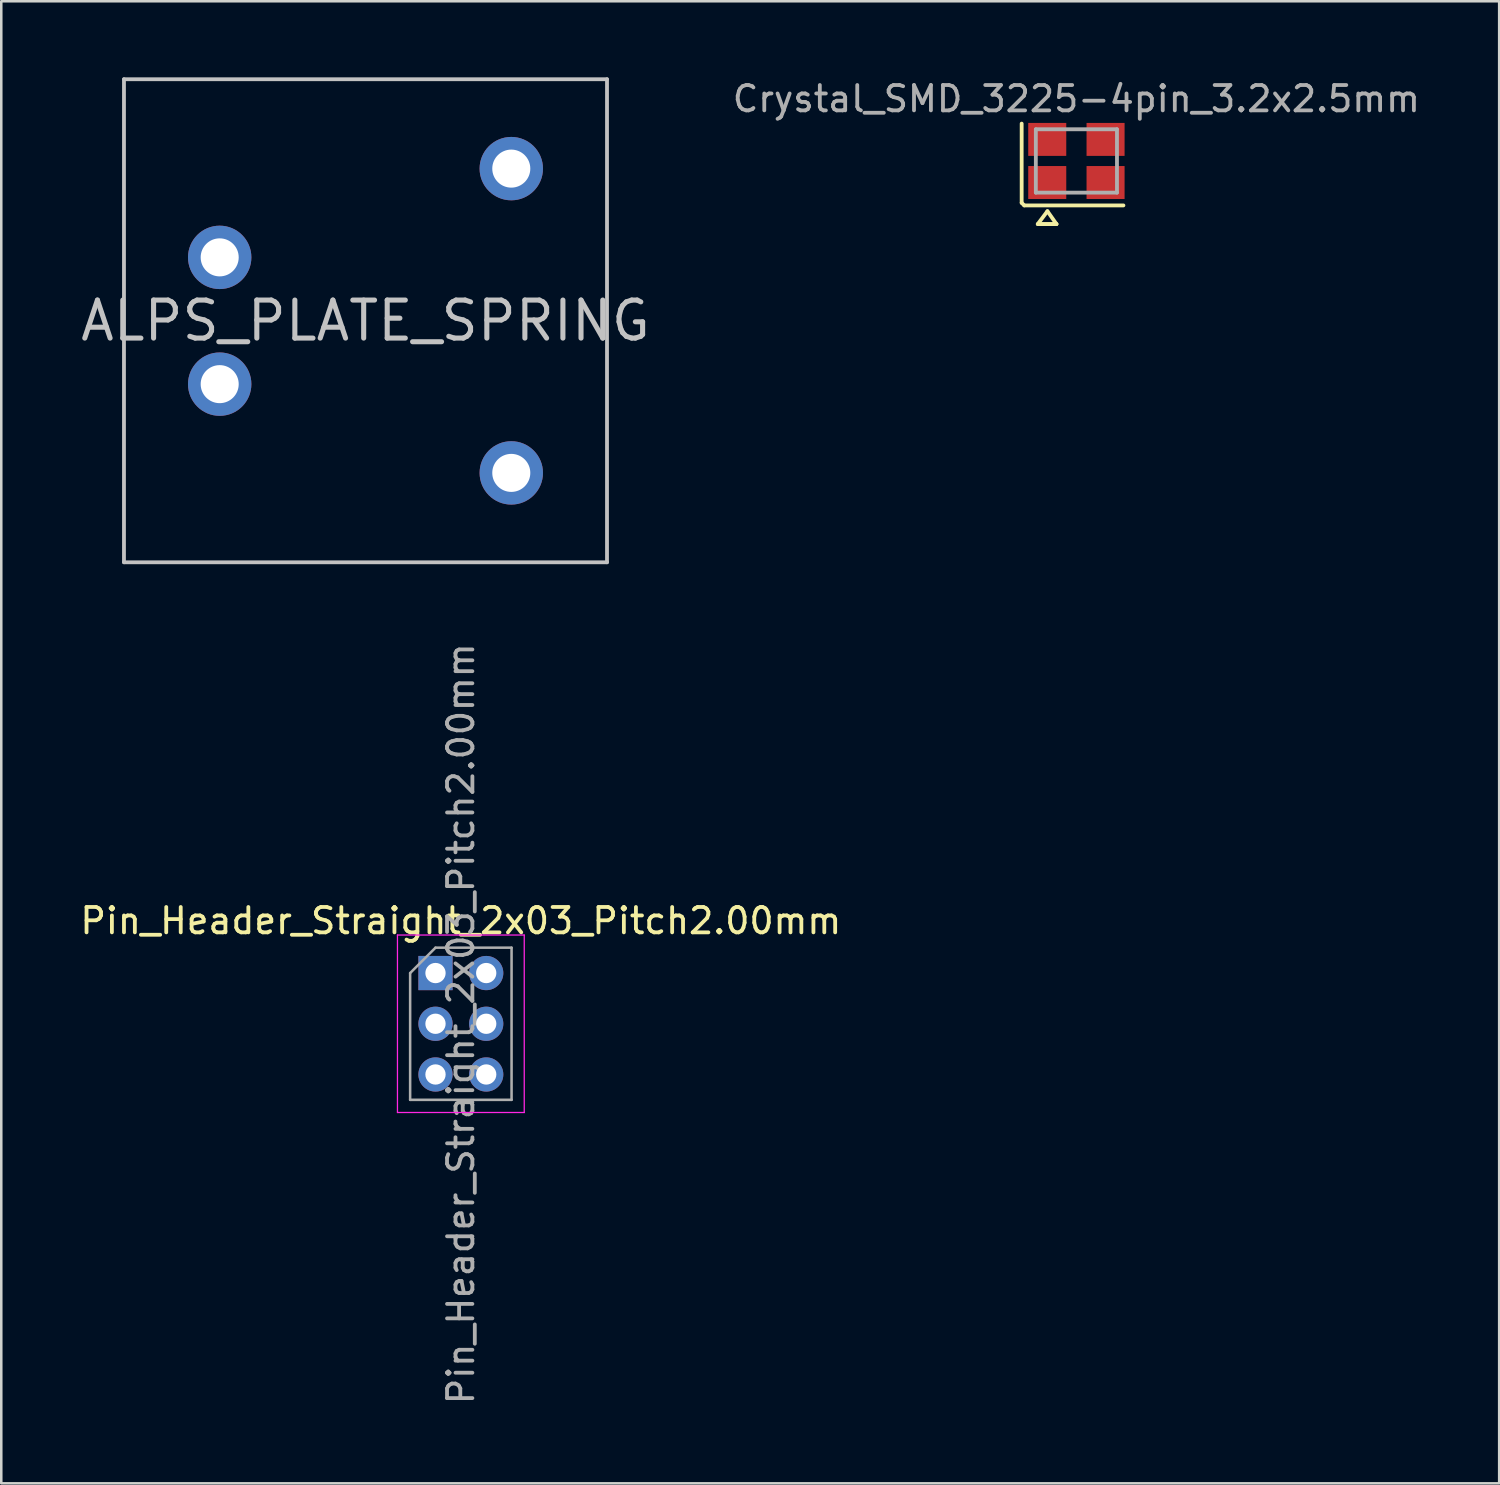
<source format=kicad_pcb>
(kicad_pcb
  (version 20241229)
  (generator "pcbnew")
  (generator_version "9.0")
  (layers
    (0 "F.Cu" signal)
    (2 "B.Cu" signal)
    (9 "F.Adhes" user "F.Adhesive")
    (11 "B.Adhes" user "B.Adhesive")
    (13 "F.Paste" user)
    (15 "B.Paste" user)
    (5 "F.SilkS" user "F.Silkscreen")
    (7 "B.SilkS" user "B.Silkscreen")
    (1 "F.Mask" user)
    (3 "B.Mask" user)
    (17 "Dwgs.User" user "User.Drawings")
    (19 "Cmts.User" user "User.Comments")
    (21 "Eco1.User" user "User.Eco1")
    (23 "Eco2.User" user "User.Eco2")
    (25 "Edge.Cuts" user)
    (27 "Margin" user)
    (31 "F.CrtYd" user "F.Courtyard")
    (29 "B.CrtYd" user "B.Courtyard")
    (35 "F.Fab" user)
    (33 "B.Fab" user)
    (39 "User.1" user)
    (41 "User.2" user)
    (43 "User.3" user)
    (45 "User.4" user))
  (footprint "ALPS_PLATE_SPRING"
    (layer "F.Cu")
    (at 11.364 9.6)
    (property "Reference" "ALPS_PLATE_SPRING" (at 0 0 0) (layer "Dwgs.User") (effects (font (size 1.5 1.5) (thickness 0.2))))
    (attr through_hole)
    (fp_line (start -9.525 -9.525) (end -9.525 9.525) (stroke (width 0.15) (type solid)) (layer "Dwgs.User"))
    (fp_line (start -9.525 9.525) (end 9.525 9.525) (stroke (width 0.15) (type solid)) (layer "Dwgs.User"))
    (fp_line (start 9.525 -9.525) (end -9.525 -9.525) (stroke (width 0.15) (type solid)) (layer "Dwgs.User"))
    (fp_line (start 9.525 9.525) (end 9.525 -9.525) (stroke (width 0.15) (type solid)) (layer "Dwgs.User"))
    (pad "1" thru_hole circle (at -5.75 2.5 90) (size 2.5 2.5) (drill 1.5) (layers "*.Cu" "*.Mask"))
    (pad "2" thru_hole circle (at -5.75 -2.5 90) (size 2.5 2.5) (drill 1.5) (layers "*.Cu" "*.Mask"))
    (pad "3" thru_hole circle (at 5.75 -6 90) (size 2.5 2.5) (drill 1.5) (layers "*.Cu" "*.Mask"))
    (pad "3" thru_hole circle (at 5.75 6 90) (size 2.5 2.5) (drill 1.5) (layers "*.Cu" "*.Mask")))
  (footprint "Pin_Header_Straight_2x03_Pitch2.00mm"
    (layer "F.Cu")
    (at 14.125 35.325)
    (property "Reference" "Pin_Header_Straight_2x03_Pitch2.00mm" (at 1 -2.06 0) (layer "F.SilkS") (effects (font (size 1 1) (thickness 0.15))))
    (attr through_hole)
    (fp_line (start -1.5 -1.5) (end -1.5 5.5) (stroke (width 0.05) (type solid)) (layer "F.CrtYd"))
    (fp_line (start -1.5 5.5) (end 3.5 5.5) (stroke (width 0.05) (type solid)) (layer "F.CrtYd"))
    (fp_line (start 3.5 -1.5) (end -1.5 -1.5) (stroke (width 0.05) (type solid)) (layer "F.CrtYd"))
    (fp_line (start 3.5 5.5) (end 3.5 -1.5) (stroke (width 0.05) (type solid)) (layer "F.CrtYd"))
    (fp_line (start -1 0) (end 0 -1) (stroke (width 0.1) (type solid)) (layer "F.Fab"))
    (fp_line (start -1 5) (end -1 0) (stroke (width 0.1) (type solid)) (layer "F.Fab"))
    (fp_line (start 0 -1) (end 3 -1) (stroke (width 0.1) (type solid)) (layer "F.Fab"))
    (fp_line (start 3 -1) (end 3 5) (stroke (width 0.1) (type solid)) (layer "F.Fab"))
    (fp_line (start 3 5) (end -1 5) (stroke (width 0.1) (type solid)) (layer "F.Fab"))
    (fp_text user "${REFERENCE}" (at 1 2 90) (layer "F.Fab") (effects (font (size 1 1) (thickness 0.15))))
    (pad "1" thru_hole rect (at 0 0) (size 1.35 1.35) (drill 0.8) (layers "*.Cu" "*.Mask"))
    (pad "2" thru_hole oval (at 2 0) (size 1.35 1.35) (drill 0.8) (layers "*.Cu" "*.Mask"))
    (pad "3" thru_hole oval (at 0 2) (size 1.35 1.35) (drill 0.8) (layers "*.Cu" "*.Mask"))
    (pad "4" thru_hole oval (at 2 2) (size 1.35 1.35) (drill 0.8) (layers "*.Cu" "*.Mask"))
    (pad "5" thru_hole oval (at 0 4) (size 1.35 1.35) (drill 0.8) (layers "*.Cu" "*.Mask"))
    (pad "6" thru_hole oval (at 2 4) (size 1.35 1.35) (drill 0.8) (layers "*.Cu" "*.Mask")))
  (footprint "Crystal_SMD_3225-4pin_3.2x2.5mm"
    (layer "F.Cu")
    (at 39.401 3.298)
    (property "Reference" "Crystal_SMD_3225-4pin_3.2x2.5mm" (at 0 -2.45 0) (layer "F.Fab") (effects (font (size 1 1) (thickness 0.15))))
    (attr through_hole)
    (fp_line (start -2.159 -1.473) (end -2.159 1.651) (stroke (width 0.15) (type solid)) (layer "F.SilkS"))
    (fp_line (start -2.057 1.753) (end -2.159 1.651) (stroke (width 0.15) (type solid)) (layer "F.SilkS"))
    (fp_line (start -2.057 1.753) (end 1.854 1.753) (stroke (width 0.15) (type solid)) (layer "F.SilkS"))
    (fp_line (start -1.524 2.489) (end -1.143 1.981) (stroke (width 0.15) (type solid)) (layer "F.SilkS"))
    (fp_line (start -1.143 1.981) (end -0.787 2.489) (stroke (width 0.15) (type solid)) (layer "F.SilkS"))
    (fp_line (start -0.787 2.489) (end -1.524 2.489) (stroke (width 0.15) (type solid)) (layer "F.SilkS"))
    (fp_line (start -0.787 2.489) (end -1.422 2.489) (stroke (width 0.15) (type solid)) (layer "F.SilkS"))
    (fp_line (start -1.6 -1.25) (end 1.6 -1.25) (stroke (width 0.15) (type solid)) (layer "F.Fab"))
    (fp_line (start -1.6 1.25) (end -1.6 -1.25) (stroke (width 0.15) (type solid)) (layer "F.Fab"))
    (fp_line (start 1.6 -1.25) (end 1.6 1.25) (stroke (width 0.15) (type solid)) (layer "F.Fab"))
    (fp_line (start 1.6 1.25) (end -1.6 1.25) (stroke (width 0.15) (type solid)) (layer "F.Fab"))
    (pad "1" smd rect (at -1.15 0.85) (size 1.5 1.3) (layers "F.Cu" "F.Mask" "F.Paste"))
    (pad "2" smd rect (at 1.15 -0.85) (size 1.5 1.3) (layers "F.Cu" "F.Mask" "F.Paste"))
    (pad "3" smd rect (at -1.15 -0.85) (size 1.5 1.3) (layers "F.Cu" "F.Mask" "F.Paste"))
    (pad "3" smd rect (at 1.15 0.85) (size 1.5 1.3) (layers "F.Cu" "F.Mask" "F.Paste")))
  (gr_rect
    (start -3 -3)
    (end 56.074 55.45)
    (stroke (width 0.1) (type default))
    (fill no)
    (layer "Edge.Cuts")))
</source>
